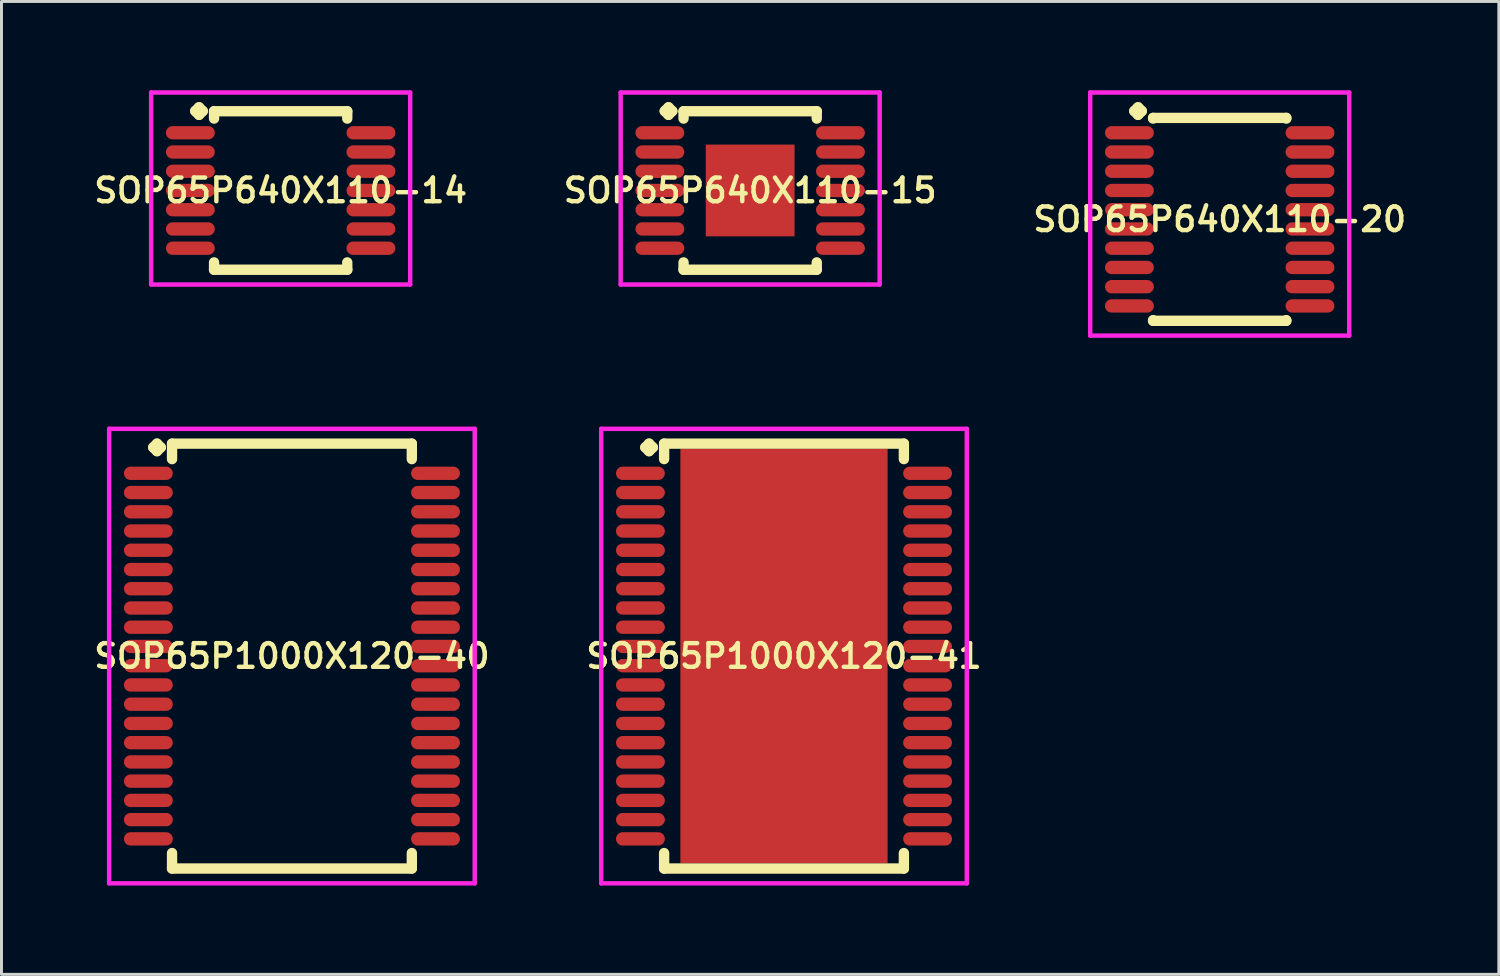
<source format=kicad_pcb>
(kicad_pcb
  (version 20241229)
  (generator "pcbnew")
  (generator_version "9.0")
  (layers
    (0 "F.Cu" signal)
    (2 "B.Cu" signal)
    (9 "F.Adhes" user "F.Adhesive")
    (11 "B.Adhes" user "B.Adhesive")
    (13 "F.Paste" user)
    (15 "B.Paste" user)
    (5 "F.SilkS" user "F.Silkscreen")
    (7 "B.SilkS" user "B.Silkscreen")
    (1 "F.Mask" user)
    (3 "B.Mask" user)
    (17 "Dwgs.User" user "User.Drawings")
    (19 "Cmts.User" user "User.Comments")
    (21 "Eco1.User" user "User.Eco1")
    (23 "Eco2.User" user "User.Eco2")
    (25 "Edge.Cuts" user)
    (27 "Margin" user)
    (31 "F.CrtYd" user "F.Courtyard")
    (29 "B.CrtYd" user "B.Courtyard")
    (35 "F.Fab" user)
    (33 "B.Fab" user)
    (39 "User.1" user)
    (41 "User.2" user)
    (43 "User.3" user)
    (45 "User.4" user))
  (footprint "SOP65P1000X120-41"
    (layer "F.Cu")
    (at 23.435 19.114)
    (property "Reference" "SOP65P1000X120-41" (at 0 0 0) (layer "F.SilkS") (effects (font (size 0.8 0.8) (thickness 0.15))))
    (attr through_hole)
    (fp_line (start -4.685 -7.05) (end -4.558 -7.177) (stroke (width 0.35) (type solid)) (layer "F.SilkS"))
    (fp_line (start -4.558 -7.177) (end -4.431 -7.05) (stroke (width 0.35) (type solid)) (layer "F.SilkS"))
    (fp_line (start -4.558 -6.923) (end -4.685 -7.05) (stroke (width 0.35) (type solid)) (layer "F.SilkS"))
    (fp_line (start -4.431 -7.05) (end -4.558 -6.923) (stroke (width 0.35) (type solid)) (layer "F.SilkS"))
    (fp_line (start -4.05 -7.177) (end 4.05 -7.177) (stroke (width 0.35) (type solid)) (layer "F.SilkS"))
    (fp_line (start -4.05 -6.654) (end -4.05 -7.177) (stroke (width 0.35) (type solid)) (layer "F.SilkS"))
    (fp_line (start -4.05 6.654) (end -4.05 7.177) (stroke (width 0.35) (type solid)) (layer "F.SilkS"))
    (fp_line (start -4.05 7.177) (end 4.05 7.177) (stroke (width 0.35) (type solid)) (layer "F.SilkS"))
    (fp_line (start 4.05 -7.177) (end 4.05 -6.654) (stroke (width 0.35) (type solid)) (layer "F.SilkS"))
    (fp_line (start 4.05 7.177) (end 4.05 6.654) (stroke (width 0.35) (type solid)) (layer "F.SilkS"))
    (fp_line (start -6.175 -7.677) (end 6.175 -7.677) (stroke (width 0.15) (type solid)) (layer "F.CrtYd"))
    (fp_line (start -6.175 7.677) (end -6.175 -7.677) (stroke (width 0.15) (type solid)) (layer "F.CrtYd"))
    (fp_line (start 6.175 -7.677) (end 6.175 7.677) (stroke (width 0.15) (type solid)) (layer "F.CrtYd"))
    (fp_line (start 6.175 7.677) (end -6.175 7.677) (stroke (width 0.15) (type solid)) (layer "F.CrtYd"))
    (pad "1" smd oval (at -4.85 -6.175) (size 1.65 0.45) (layers "F.Cu" "F.Mask" "F.Paste"))
    (pad "2" smd oval (at -4.85 -5.525) (size 1.65 0.45) (layers "F.Cu" "F.Mask" "F.Paste"))
    (pad "3" smd oval (at -4.85 -4.875) (size 1.65 0.45) (layers "F.Cu" "F.Mask" "F.Paste"))
    (pad "4" smd oval (at -4.85 -4.225) (size 1.65 0.45) (layers "F.Cu" "F.Mask" "F.Paste"))
    (pad "5" smd oval (at -4.85 -3.575) (size 1.65 0.45) (layers "F.Cu" "F.Mask" "F.Paste"))
    (pad "6" smd oval (at -4.85 -2.925) (size 1.65 0.45) (layers "F.Cu" "F.Mask" "F.Paste"))
    (pad "7" smd oval (at -4.85 -2.275) (size 1.65 0.45) (layers "F.Cu" "F.Mask" "F.Paste"))
    (pad "8" smd oval (at -4.85 -1.625) (size 1.65 0.45) (layers "F.Cu" "F.Mask" "F.Paste"))
    (pad "9" smd oval (at -4.85 -0.975) (size 1.65 0.45) (layers "F.Cu" "F.Mask" "F.Paste"))
    (pad "10" smd oval (at -4.85 -0.325) (size 1.65 0.45) (layers "F.Cu" "F.Mask" "F.Paste"))
    (pad "11" smd oval (at -4.85 0.325) (size 1.65 0.45) (layers "F.Cu" "F.Mask" "F.Paste"))
    (pad "12" smd oval (at -4.85 0.975) (size 1.65 0.45) (layers "F.Cu" "F.Mask" "F.Paste"))
    (pad "13" smd oval (at -4.85 1.625) (size 1.65 0.45) (layers "F.Cu" "F.Mask" "F.Paste"))
    (pad "14" smd oval (at -4.85 2.275) (size 1.65 0.45) (layers "F.Cu" "F.Mask" "F.Paste"))
    (pad "15" smd oval (at -4.85 2.925) (size 1.65 0.45) (layers "F.Cu" "F.Mask" "F.Paste"))
    (pad "16" smd oval (at -4.85 3.575) (size 1.65 0.45) (layers "F.Cu" "F.Mask" "F.Paste"))
    (pad "17" smd oval (at -4.85 4.225) (size 1.65 0.45) (layers "F.Cu" "F.Mask" "F.Paste"))
    (pad "18" smd oval (at -4.85 4.875) (size 1.65 0.45) (layers "F.Cu" "F.Mask" "F.Paste"))
    (pad "19" smd oval (at -4.85 5.525) (size 1.65 0.45) (layers "F.Cu" "F.Mask" "F.Paste"))
    (pad "20" smd oval (at -4.85 6.175) (size 1.65 0.45) (layers "F.Cu" "F.Mask" "F.Paste"))
    (pad "21" smd oval (at 4.85 6.175) (size 1.65 0.45) (layers "F.Cu" "F.Mask" "F.Paste"))
    (pad "22" smd oval (at 4.85 5.525) (size 1.65 0.45) (layers "F.Cu" "F.Mask" "F.Paste"))
    (pad "23" smd oval (at 4.85 4.875) (size 1.65 0.45) (layers "F.Cu" "F.Mask" "F.Paste"))
    (pad "24" smd oval (at 4.85 4.225) (size 1.65 0.45) (layers "F.Cu" "F.Mask" "F.Paste"))
    (pad "25" smd oval (at 4.85 3.575) (size 1.65 0.45) (layers "F.Cu" "F.Mask" "F.Paste"))
    (pad "26" smd oval (at 4.85 2.925) (size 1.65 0.45) (layers "F.Cu" "F.Mask" "F.Paste"))
    (pad "27" smd oval (at 4.85 2.275) (size 1.65 0.45) (layers "F.Cu" "F.Mask" "F.Paste"))
    (pad "28" smd oval (at 4.85 1.625) (size 1.65 0.45) (layers "F.Cu" "F.Mask" "F.Paste"))
    (pad "29" smd oval (at 4.85 0.975) (size 1.65 0.45) (layers "F.Cu" "F.Mask" "F.Paste"))
    (pad "30" smd oval (at 4.85 0.325) (size 1.65 0.45) (layers "F.Cu" "F.Mask" "F.Paste"))
    (pad "31" smd oval (at 4.85 -0.325) (size 1.65 0.45) (layers "F.Cu" "F.Mask" "F.Paste"))
    (pad "32" smd oval (at 4.85 -0.975) (size 1.65 0.45) (layers "F.Cu" "F.Mask" "F.Paste"))
    (pad "33" smd oval (at 4.85 -1.625) (size 1.65 0.45) (layers "F.Cu" "F.Mask" "F.Paste"))
    (pad "34" smd oval (at 4.85 -2.275) (size 1.65 0.45) (layers "F.Cu" "F.Mask" "F.Paste"))
    (pad "35" smd oval (at 4.85 -2.925) (size 1.65 0.45) (layers "F.Cu" "F.Mask" "F.Paste"))
    (pad "36" smd oval (at 4.85 -3.575) (size 1.65 0.45) (layers "F.Cu" "F.Mask" "F.Paste"))
    (pad "37" smd oval (at 4.85 -4.225) (size 1.65 0.45) (layers "F.Cu" "F.Mask" "F.Paste"))
    (pad "38" smd oval (at 4.85 -4.875) (size 1.65 0.45) (layers "F.Cu" "F.Mask" "F.Paste"))
    (pad "39" smd oval (at 4.85 -5.525) (size 1.65 0.45) (layers "F.Cu" "F.Mask" "F.Paste"))
    (pad "40" smd oval (at 4.85 -6.175) (size 1.65 0.45) (layers "F.Cu" "F.Mask" "F.Paste"))
    (pad "41" smd rect (at 0 0) (size 7 14) (layers "F.Cu" "F.Mask" "F.Paste")))
  (footprint "SOP65P1000X120-40"
    (layer "F.Cu")
    (at 6.812 19.114)
    (property "Reference" "SOP65P1000X120-40" (at 0 0 0) (layer "F.SilkS") (effects (font (size 0.8 0.8) (thickness 0.15))))
    (attr smd)
    (fp_line (start -4.685 -7.05) (end -4.558 -7.177) (stroke (width 0.35) (type solid)) (layer "F.SilkS"))
    (fp_line (start -4.558 -7.177) (end -4.431 -7.05) (stroke (width 0.35) (type solid)) (layer "F.SilkS"))
    (fp_line (start -4.558 -6.923) (end -4.685 -7.05) (stroke (width 0.35) (type solid)) (layer "F.SilkS"))
    (fp_line (start -4.431 -7.05) (end -4.558 -6.923) (stroke (width 0.35) (type solid)) (layer "F.SilkS"))
    (fp_line (start -4.05 -7.177) (end 4.05 -7.177) (stroke (width 0.35) (type solid)) (layer "F.SilkS"))
    (fp_line (start -4.05 -6.654) (end -4.05 -7.177) (stroke (width 0.35) (type solid)) (layer "F.SilkS"))
    (fp_line (start -4.05 6.654) (end -4.05 7.177) (stroke (width 0.35) (type solid)) (layer "F.SilkS"))
    (fp_line (start -4.05 7.177) (end 4.05 7.177) (stroke (width 0.35) (type solid)) (layer "F.SilkS"))
    (fp_line (start 4.05 -7.177) (end 4.05 -6.654) (stroke (width 0.35) (type solid)) (layer "F.SilkS"))
    (fp_line (start 4.05 7.177) (end 4.05 6.654) (stroke (width 0.35) (type solid)) (layer "F.SilkS"))
    (fp_line (start -6.175 -7.677) (end 6.175 -7.677) (stroke (width 0.15) (type solid)) (layer "F.CrtYd"))
    (fp_line (start -6.175 7.677) (end -6.175 -7.677) (stroke (width 0.15) (type solid)) (layer "F.CrtYd"))
    (fp_line (start 6.175 -7.677) (end 6.175 7.677) (stroke (width 0.15) (type solid)) (layer "F.CrtYd"))
    (fp_line (start 6.175 7.677) (end -6.175 7.677) (stroke (width 0.15) (type solid)) (layer "F.CrtYd"))
    (pad "1" smd oval (at -4.85 -6.175) (size 1.65 0.45) (layers "F.Cu" "F.Mask" "F.Paste"))
    (pad "2" smd oval (at -4.85 -5.525) (size 1.65 0.45) (layers "F.Cu" "F.Mask" "F.Paste"))
    (pad "3" smd oval (at -4.85 -4.875) (size 1.65 0.45) (layers "F.Cu" "F.Mask" "F.Paste"))
    (pad "4" smd oval (at -4.85 -4.225) (size 1.65 0.45) (layers "F.Cu" "F.Mask" "F.Paste"))
    (pad "5" smd oval (at -4.85 -3.575) (size 1.65 0.45) (layers "F.Cu" "F.Mask" "F.Paste"))
    (pad "6" smd oval (at -4.85 -2.925) (size 1.65 0.45) (layers "F.Cu" "F.Mask" "F.Paste"))
    (pad "7" smd oval (at -4.85 -2.275) (size 1.65 0.45) (layers "F.Cu" "F.Mask" "F.Paste"))
    (pad "8" smd oval (at -4.85 -1.625) (size 1.65 0.45) (layers "F.Cu" "F.Mask" "F.Paste"))
    (pad "9" smd oval (at -4.85 -0.975) (size 1.65 0.45) (layers "F.Cu" "F.Mask" "F.Paste"))
    (pad "10" smd oval (at -4.85 -0.325) (size 1.65 0.45) (layers "F.Cu" "F.Mask" "F.Paste"))
    (pad "11" smd oval (at -4.85 0.325) (size 1.65 0.45) (layers "F.Cu" "F.Mask" "F.Paste"))
    (pad "12" smd oval (at -4.85 0.975) (size 1.65 0.45) (layers "F.Cu" "F.Mask" "F.Paste"))
    (pad "13" smd oval (at -4.85 1.625) (size 1.65 0.45) (layers "F.Cu" "F.Mask" "F.Paste"))
    (pad "14" smd oval (at -4.85 2.275) (size 1.65 0.45) (layers "F.Cu" "F.Mask" "F.Paste"))
    (pad "15" smd oval (at -4.85 2.925) (size 1.65 0.45) (layers "F.Cu" "F.Mask" "F.Paste"))
    (pad "16" smd oval (at -4.85 3.575) (size 1.65 0.45) (layers "F.Cu" "F.Mask" "F.Paste"))
    (pad "17" smd oval (at -4.85 4.225) (size 1.65 0.45) (layers "F.Cu" "F.Mask" "F.Paste"))
    (pad "18" smd oval (at -4.85 4.875) (size 1.65 0.45) (layers "F.Cu" "F.Mask" "F.Paste"))
    (pad "19" smd oval (at -4.85 5.525) (size 1.65 0.45) (layers "F.Cu" "F.Mask" "F.Paste"))
    (pad "20" smd oval (at -4.85 6.175) (size 1.65 0.45) (layers "F.Cu" "F.Mask" "F.Paste"))
    (pad "21" smd oval (at 4.85 6.175) (size 1.65 0.45) (layers "F.Cu" "F.Mask" "F.Paste"))
    (pad "22" smd oval (at 4.85 5.525) (size 1.65 0.45) (layers "F.Cu" "F.Mask" "F.Paste"))
    (pad "23" smd oval (at 4.85 4.875) (size 1.65 0.45) (layers "F.Cu" "F.Mask" "F.Paste"))
    (pad "24" smd oval (at 4.85 4.225) (size 1.65 0.45) (layers "F.Cu" "F.Mask" "F.Paste"))
    (pad "25" smd oval (at 4.85 3.575) (size 1.65 0.45) (layers "F.Cu" "F.Mask" "F.Paste"))
    (pad "26" smd oval (at 4.85 2.925) (size 1.65 0.45) (layers "F.Cu" "F.Mask" "F.Paste"))
    (pad "27" smd oval (at 4.85 2.275) (size 1.65 0.45) (layers "F.Cu" "F.Mask" "F.Paste"))
    (pad "28" smd oval (at 4.85 1.625) (size 1.65 0.45) (layers "F.Cu" "F.Mask" "F.Paste"))
    (pad "29" smd oval (at 4.85 0.975) (size 1.65 0.45) (layers "F.Cu" "F.Mask" "F.Paste"))
    (pad "30" smd oval (at 4.85 0.325) (size 1.65 0.45) (layers "F.Cu" "F.Mask" "F.Paste"))
    (pad "31" smd oval (at 4.85 -0.325) (size 1.65 0.45) (layers "F.Cu" "F.Mask" "F.Paste"))
    (pad "32" smd oval (at 4.85 -0.975) (size 1.65 0.45) (layers "F.Cu" "F.Mask" "F.Paste"))
    (pad "33" smd oval (at 4.85 -1.625) (size 1.65 0.45) (layers "F.Cu" "F.Mask" "F.Paste"))
    (pad "34" smd oval (at 4.85 -2.275) (size 1.65 0.45) (layers "F.Cu" "F.Mask" "F.Paste"))
    (pad "35" smd oval (at 4.85 -2.925) (size 1.65 0.45) (layers "F.Cu" "F.Mask" "F.Paste"))
    (pad "36" smd oval (at 4.85 -3.575) (size 1.65 0.45) (layers "F.Cu" "F.Mask" "F.Paste"))
    (pad "37" smd oval (at 4.85 -4.225) (size 1.65 0.45) (layers "F.Cu" "F.Mask" "F.Paste"))
    (pad "38" smd oval (at 4.85 -4.875) (size 1.65 0.45) (layers "F.Cu" "F.Mask" "F.Paste"))
    (pad "39" smd oval (at 4.85 -5.525) (size 1.65 0.45) (layers "F.Cu" "F.Mask" "F.Paste"))
    (pad "40" smd oval (at 4.85 -6.175) (size 1.65 0.45) (layers "F.Cu" "F.Mask" "F.Paste")))
  (footprint "SOP65P640X110-15"
    (layer "F.Cu")
    (at 22.292 3.385)
    (property "Reference" "SOP65P640X110-15" (at 0 0 0) (layer "F.SilkS") (effects (font (size 0.8 0.8) (thickness 0.15))))
    (attr through_hole)
    (fp_line (start -2.885 -2.683) (end -2.758 -2.81) (stroke (width 0.35) (type solid)) (layer "F.SilkS"))
    (fp_line (start -2.758 -2.81) (end -2.631 -2.683) (stroke (width 0.35) (type solid)) (layer "F.SilkS"))
    (fp_line (start -2.758 -2.556) (end -2.885 -2.683) (stroke (width 0.35) (type solid)) (layer "F.SilkS"))
    (fp_line (start -2.631 -2.683) (end -2.758 -2.556) (stroke (width 0.35) (type solid)) (layer "F.SilkS"))
    (fp_line (start -2.25 -2.677) (end 2.25 -2.677) (stroke (width 0.35) (type solid)) (layer "F.SilkS"))
    (fp_line (start -2.25 -2.429) (end -2.25 -2.677) (stroke (width 0.35) (type solid)) (layer "F.SilkS"))
    (fp_line (start -2.25 2.429) (end -2.25 2.677) (stroke (width 0.35) (type solid)) (layer "F.SilkS"))
    (fp_line (start -2.25 2.677) (end 2.25 2.677) (stroke (width 0.35) (type solid)) (layer "F.SilkS"))
    (fp_line (start 2.25 -2.677) (end 2.25 -2.429) (stroke (width 0.35) (type solid)) (layer "F.SilkS"))
    (fp_line (start 2.25 2.677) (end 2.25 2.429) (stroke (width 0.35) (type solid)) (layer "F.SilkS"))
    (fp_line (start -4.375 -3.31) (end 4.375 -3.31) (stroke (width 0.15) (type solid)) (layer "F.CrtYd"))
    (fp_line (start -4.375 3.177) (end -4.375 -3.31) (stroke (width 0.15) (type solid)) (layer "F.CrtYd"))
    (fp_line (start 4.375 -3.31) (end 4.375 3.177) (stroke (width 0.15) (type solid)) (layer "F.CrtYd"))
    (fp_line (start 4.375 3.177) (end -4.375 3.177) (stroke (width 0.15) (type solid)) (layer "F.CrtYd"))
    (pad "1" smd oval (at -3.05 -1.95) (size 1.65 0.45) (layers "F.Cu" "F.Mask" "F.Paste"))
    (pad "2" smd oval (at -3.05 -1.3) (size 1.65 0.45) (layers "F.Cu" "F.Mask" "F.Paste"))
    (pad "3" smd oval (at -3.05 -0.65) (size 1.65 0.45) (layers "F.Cu" "F.Mask" "F.Paste"))
    (pad "4" smd oval (at -3.05 0) (size 1.65 0.45) (layers "F.Cu" "F.Mask" "F.Paste"))
    (pad "5" smd oval (at -3.05 0.65) (size 1.65 0.45) (layers "F.Cu" "F.Mask" "F.Paste"))
    (pad "6" smd oval (at -3.05 1.3) (size 1.65 0.45) (layers "F.Cu" "F.Mask" "F.Paste"))
    (pad "7" smd oval (at -3.05 1.95) (size 1.65 0.45) (layers "F.Cu" "F.Mask" "F.Paste"))
    (pad "8" smd oval (at 3.05 1.95) (size 1.65 0.45) (layers "F.Cu" "F.Mask" "F.Paste"))
    (pad "9" smd oval (at 3.05 1.3) (size 1.65 0.45) (layers "F.Cu" "F.Mask" "F.Paste"))
    (pad "10" smd oval (at 3.05 0.65) (size 1.65 0.45) (layers "F.Cu" "F.Mask" "F.Paste"))
    (pad "11" smd oval (at 3.05 0) (size 1.65 0.45) (layers "F.Cu" "F.Mask" "F.Paste"))
    (pad "12" smd oval (at 3.05 -0.65) (size 1.65 0.45) (layers "F.Cu" "F.Mask" "F.Paste"))
    (pad "13" smd oval (at 3.05 -1.3) (size 1.65 0.45) (layers "F.Cu" "F.Mask" "F.Paste"))
    (pad "14" smd oval (at 3.05 -1.95) (size 1.65 0.45) (layers "F.Cu" "F.Mask" "F.Paste"))
    (pad "15" smd rect (at 0 0) (size 3 3.1) (layers "F.Cu" "F.Mask" "F.Paste")))
  (footprint "SOP65P640X110-14"
    (layer "F.Cu")
    (at 6.431 3.385)
    (property "Reference" "SOP65P640X110-14" (at 0 0 0) (layer "F.SilkS") (effects (font (size 0.8 0.8) (thickness 0.15))))
    (attr smd)
    (fp_line (start -2.885 -2.683) (end -2.758 -2.81) (stroke (width 0.35) (type solid)) (layer "F.SilkS"))
    (fp_line (start -2.758 -2.81) (end -2.631 -2.683) (stroke (width 0.35) (type solid)) (layer "F.SilkS"))
    (fp_line (start -2.758 -2.556) (end -2.885 -2.683) (stroke (width 0.35) (type solid)) (layer "F.SilkS"))
    (fp_line (start -2.631 -2.683) (end -2.758 -2.556) (stroke (width 0.35) (type solid)) (layer "F.SilkS"))
    (fp_line (start -2.25 -2.677) (end 2.25 -2.677) (stroke (width 0.35) (type solid)) (layer "F.SilkS"))
    (fp_line (start -2.25 -2.429) (end -2.25 -2.677) (stroke (width 0.35) (type solid)) (layer "F.SilkS"))
    (fp_line (start -2.25 2.429) (end -2.25 2.677) (stroke (width 0.35) (type solid)) (layer "F.SilkS"))
    (fp_line (start -2.25 2.677) (end 2.25 2.677) (stroke (width 0.35) (type solid)) (layer "F.SilkS"))
    (fp_line (start 2.25 -2.677) (end 2.25 -2.429) (stroke (width 0.35) (type solid)) (layer "F.SilkS"))
    (fp_line (start 2.25 2.677) (end 2.25 2.429) (stroke (width 0.35) (type solid)) (layer "F.SilkS"))
    (fp_line (start -4.375 -3.31) (end 4.375 -3.31) (stroke (width 0.15) (type solid)) (layer "F.CrtYd"))
    (fp_line (start -4.375 3.177) (end -4.375 -3.31) (stroke (width 0.15) (type solid)) (layer "F.CrtYd"))
    (fp_line (start 4.375 -3.31) (end 4.375 3.177) (stroke (width 0.15) (type solid)) (layer "F.CrtYd"))
    (fp_line (start 4.375 3.177) (end -4.375 3.177) (stroke (width 0.15) (type solid)) (layer "F.CrtYd"))
    (pad "1" smd oval (at -3.05 -1.95) (size 1.65 0.45) (layers "F.Cu" "F.Mask" "F.Paste"))
    (pad "2" smd oval (at -3.05 -1.3) (size 1.65 0.45) (layers "F.Cu" "F.Mask" "F.Paste"))
    (pad "3" smd oval (at -3.05 -0.65) (size 1.65 0.45) (layers "F.Cu" "F.Mask" "F.Paste"))
    (pad "4" smd oval (at -3.05 0) (size 1.65 0.45) (layers "F.Cu" "F.Mask" "F.Paste"))
    (pad "5" smd oval (at -3.05 0.65) (size 1.65 0.45) (layers "F.Cu" "F.Mask" "F.Paste"))
    (pad "6" smd oval (at -3.05 1.3) (size 1.65 0.45) (layers "F.Cu" "F.Mask" "F.Paste"))
    (pad "7" smd oval (at -3.05 1.95) (size 1.65 0.45) (layers "F.Cu" "F.Mask" "F.Paste"))
    (pad "8" smd oval (at 3.05 1.95) (size 1.65 0.45) (layers "F.Cu" "F.Mask" "F.Paste"))
    (pad "9" smd oval (at 3.05 1.3) (size 1.65 0.45) (layers "F.Cu" "F.Mask" "F.Paste"))
    (pad "10" smd oval (at 3.05 0.65) (size 1.65 0.45) (layers "F.Cu" "F.Mask" "F.Paste"))
    (pad "11" smd oval (at 3.05 0) (size 1.65 0.45) (layers "F.Cu" "F.Mask" "F.Paste"))
    (pad "12" smd oval (at 3.05 -0.65) (size 1.65 0.45) (layers "F.Cu" "F.Mask" "F.Paste"))
    (pad "13" smd oval (at 3.05 -1.3) (size 1.65 0.45) (layers "F.Cu" "F.Mask" "F.Paste"))
    (pad "14" smd oval (at 3.05 -1.95) (size 1.65 0.45) (layers "F.Cu" "F.Mask" "F.Paste")))
  (footprint "SOP65P640X110-20"
    (layer "F.Cu")
    (at 38.154 4.36)
    (property "Reference" "SOP65P640X110-20" (at 0 0 0) (layer "F.SilkS") (effects (font (size 0.8 0.8) (thickness 0.15))))
    (attr through_hole)
    (fp_line (start -2.885 -3.658) (end -2.758 -3.785) (stroke (width 0.35) (type solid)) (layer "F.SilkS"))
    (fp_line (start -2.758 -3.785) (end -2.631 -3.658) (stroke (width 0.35) (type solid)) (layer "F.SilkS"))
    (fp_line (start -2.758 -3.531) (end -2.885 -3.658) (stroke (width 0.35) (type solid)) (layer "F.SilkS"))
    (fp_line (start -2.631 -3.658) (end -2.758 -3.531) (stroke (width 0.35) (type solid)) (layer "F.SilkS"))
    (fp_line (start -2.25 -3.427) (end 2.25 -3.427) (stroke (width 0.35) (type solid)) (layer "F.SilkS"))
    (fp_line (start -2.25 -3.404) (end -2.25 -3.427) (stroke (width 0.35) (type solid)) (layer "F.SilkS"))
    (fp_line (start -2.25 3.404) (end -2.25 3.427) (stroke (width 0.35) (type solid)) (layer "F.SilkS"))
    (fp_line (start -2.25 3.427) (end 2.25 3.427) (stroke (width 0.35) (type solid)) (layer "F.SilkS"))
    (fp_line (start 2.25 -3.427) (end 2.25 -3.404) (stroke (width 0.35) (type solid)) (layer "F.SilkS"))
    (fp_line (start 2.25 3.427) (end 2.25 3.404) (stroke (width 0.35) (type solid)) (layer "F.SilkS"))
    (fp_line (start -4.375 -4.285) (end 4.375 -4.285) (stroke (width 0.15) (type solid)) (layer "F.CrtYd"))
    (fp_line (start -4.375 3.927) (end -4.375 -4.285) (stroke (width 0.15) (type solid)) (layer "F.CrtYd"))
    (fp_line (start 4.375 -4.285) (end 4.375 3.927) (stroke (width 0.15) (type solid)) (layer "F.CrtYd"))
    (fp_line (start 4.375 3.927) (end -4.375 3.927) (stroke (width 0.15) (type solid)) (layer "F.CrtYd"))
    (pad "1" smd oval (at -3.05 -2.925) (size 1.65 0.45) (layers "F.Cu" "F.Mask" "F.Paste"))
    (pad "2" smd oval (at -3.05 -2.275) (size 1.65 0.45) (layers "F.Cu" "F.Mask" "F.Paste"))
    (pad "3" smd oval (at -3.05 -1.625) (size 1.65 0.45) (layers "F.Cu" "F.Mask" "F.Paste"))
    (pad "4" smd oval (at -3.05 -0.975) (size 1.65 0.45) (layers "F.Cu" "F.Mask" "F.Paste"))
    (pad "5" smd oval (at -3.05 -0.325) (size 1.65 0.45) (layers "F.Cu" "F.Mask" "F.Paste"))
    (pad "6" smd oval (at -3.05 0.325) (size 1.65 0.45) (layers "F.Cu" "F.Mask" "F.Paste"))
    (pad "7" smd oval (at -3.05 0.975) (size 1.65 0.45) (layers "F.Cu" "F.Mask" "F.Paste"))
    (pad "8" smd oval (at -3.05 1.625) (size 1.65 0.45) (layers "F.Cu" "F.Mask" "F.Paste"))
    (pad "9" smd oval (at -3.05 2.275) (size 1.65 0.45) (layers "F.Cu" "F.Mask" "F.Paste"))
    (pad "10" smd oval (at -3.05 2.925) (size 1.65 0.45) (layers "F.Cu" "F.Mask" "F.Paste"))
    (pad "11" smd oval (at 3.05 2.925) (size 1.65 0.45) (layers "F.Cu" "F.Mask" "F.Paste"))
    (pad "12" smd oval (at 3.05 2.275) (size 1.65 0.45) (layers "F.Cu" "F.Mask" "F.Paste"))
    (pad "13" smd oval (at 3.05 1.625) (size 1.65 0.45) (layers "F.Cu" "F.Mask" "F.Paste"))
    (pad "14" smd oval (at 3.05 0.975) (size 1.65 0.45) (layers "F.Cu" "F.Mask" "F.Paste"))
    (pad "15" smd oval (at 3.05 0.325) (size 1.65 0.45) (layers "F.Cu" "F.Mask" "F.Paste"))
    (pad "16" smd oval (at 3.05 -0.325) (size 1.65 0.45) (layers "F.Cu" "F.Mask" "F.Paste"))
    (pad "17" smd oval (at 3.05 -0.975) (size 1.65 0.45) (layers "F.Cu" "F.Mask" "F.Paste"))
    (pad "18" smd oval (at 3.05 -1.625) (size 1.65 0.45) (layers "F.Cu" "F.Mask" "F.Paste"))
    (pad "19" smd oval (at 3.05 -2.275) (size 1.65 0.45) (layers "F.Cu" "F.Mask" "F.Paste"))
    (pad "20" smd oval (at 3.05 -2.925) (size 1.65 0.45) (layers "F.Cu" "F.Mask" "F.Paste")))
  (gr_rect
    (start -3 -3)
    (end 47.584 29.866)
    (stroke (width 0.1) (type default))
    (fill no)
    (layer "Edge.Cuts")))
</source>
